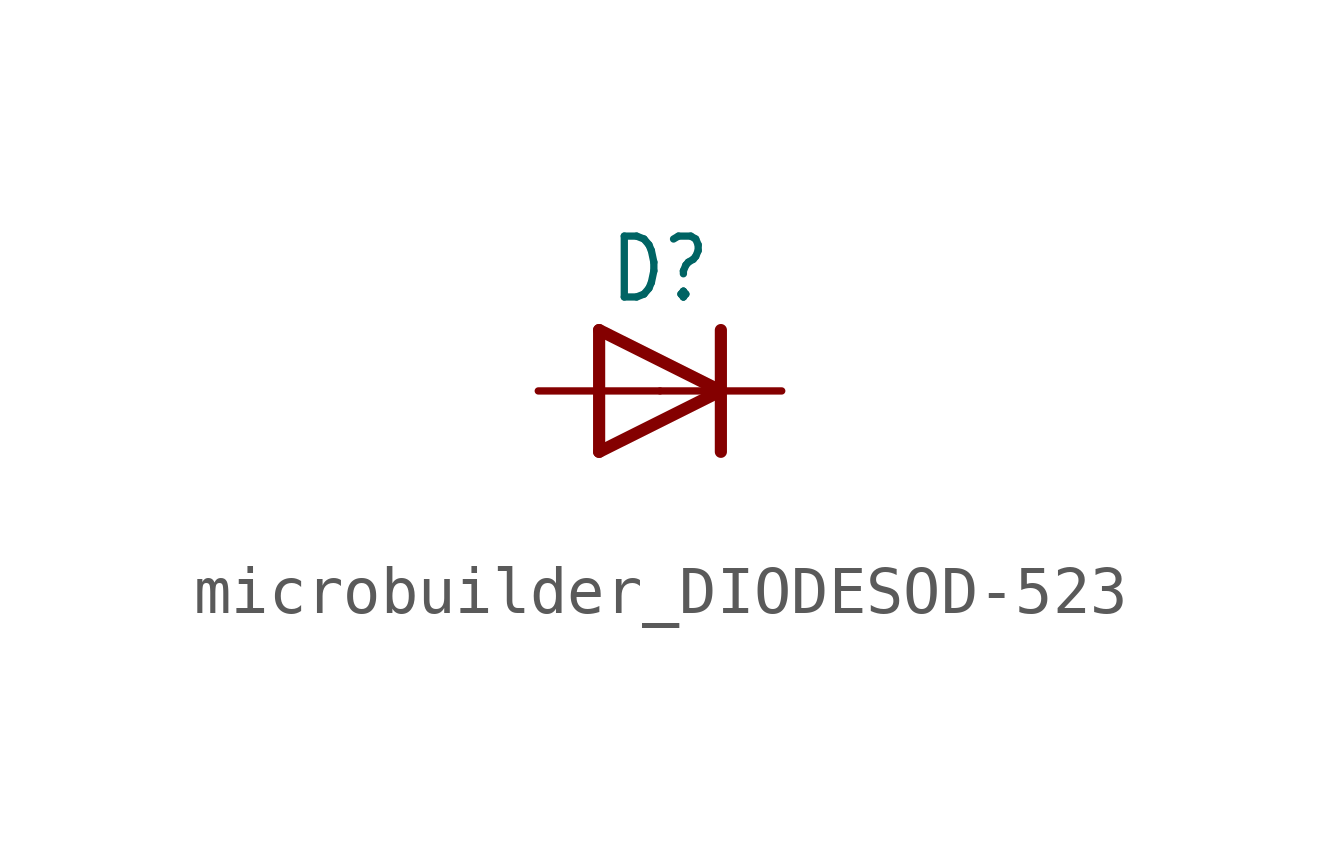
<source format=kicad_sym>
(kicad_symbol_lib
  (version 20231120)
  (generator "kicad_symbol_editor")
  (generator_version "8.0")
  (symbol "microbuilder_DIODESOD-523"
    (property "Reference" "D"
      (at 0 2.54 0)
      (effects (font (size 1.27 1.079))))
    (property "Value" ""
      (at 0 -2.5 0)
      (effects (font (size 1.27 1.079))))
    (property "ki_locked" ""
      (at 0 0 0)
      (effects (font (size 1.27 1.27))))
    (symbol "microbuilder_DIODESOD-523_1_0"
      (polyline (pts (xy -1.27 -1.27) (xy 1.27 0)) (stroke (width 0.254) (type solid)) (fill (type none)))
      (polyline (pts (xy -1.27 1.27) (xy -1.27 -1.27)) (stroke (width 0.254) (type solid)) (fill (type none)))
      (polyline (pts (xy 1.27 0) (xy -1.27 1.27)) (stroke (width 0.254) (type solid)) (fill (type none)))
      (polyline (pts (xy 1.27 0) (xy 1.27 -1.27)) (stroke (width 0.254) (type solid)) (fill (type none)))
      (polyline (pts (xy 1.27 1.27) (xy 1.27 0)) (stroke (width 0.254) (type solid)) (fill (type none)))
      (pin passive line (at -2.54 0 0) (length 2.54) (name "A" (effects (font (size 0 0)))) (number "A" (effects (font (size 0 0)))))
      (pin passive line (at 2.54 0 180) (length 2.54) (name "C" (effects (font (size 0 0)))) (number "K" (effects (font (size 0 0))))))))
</source>
